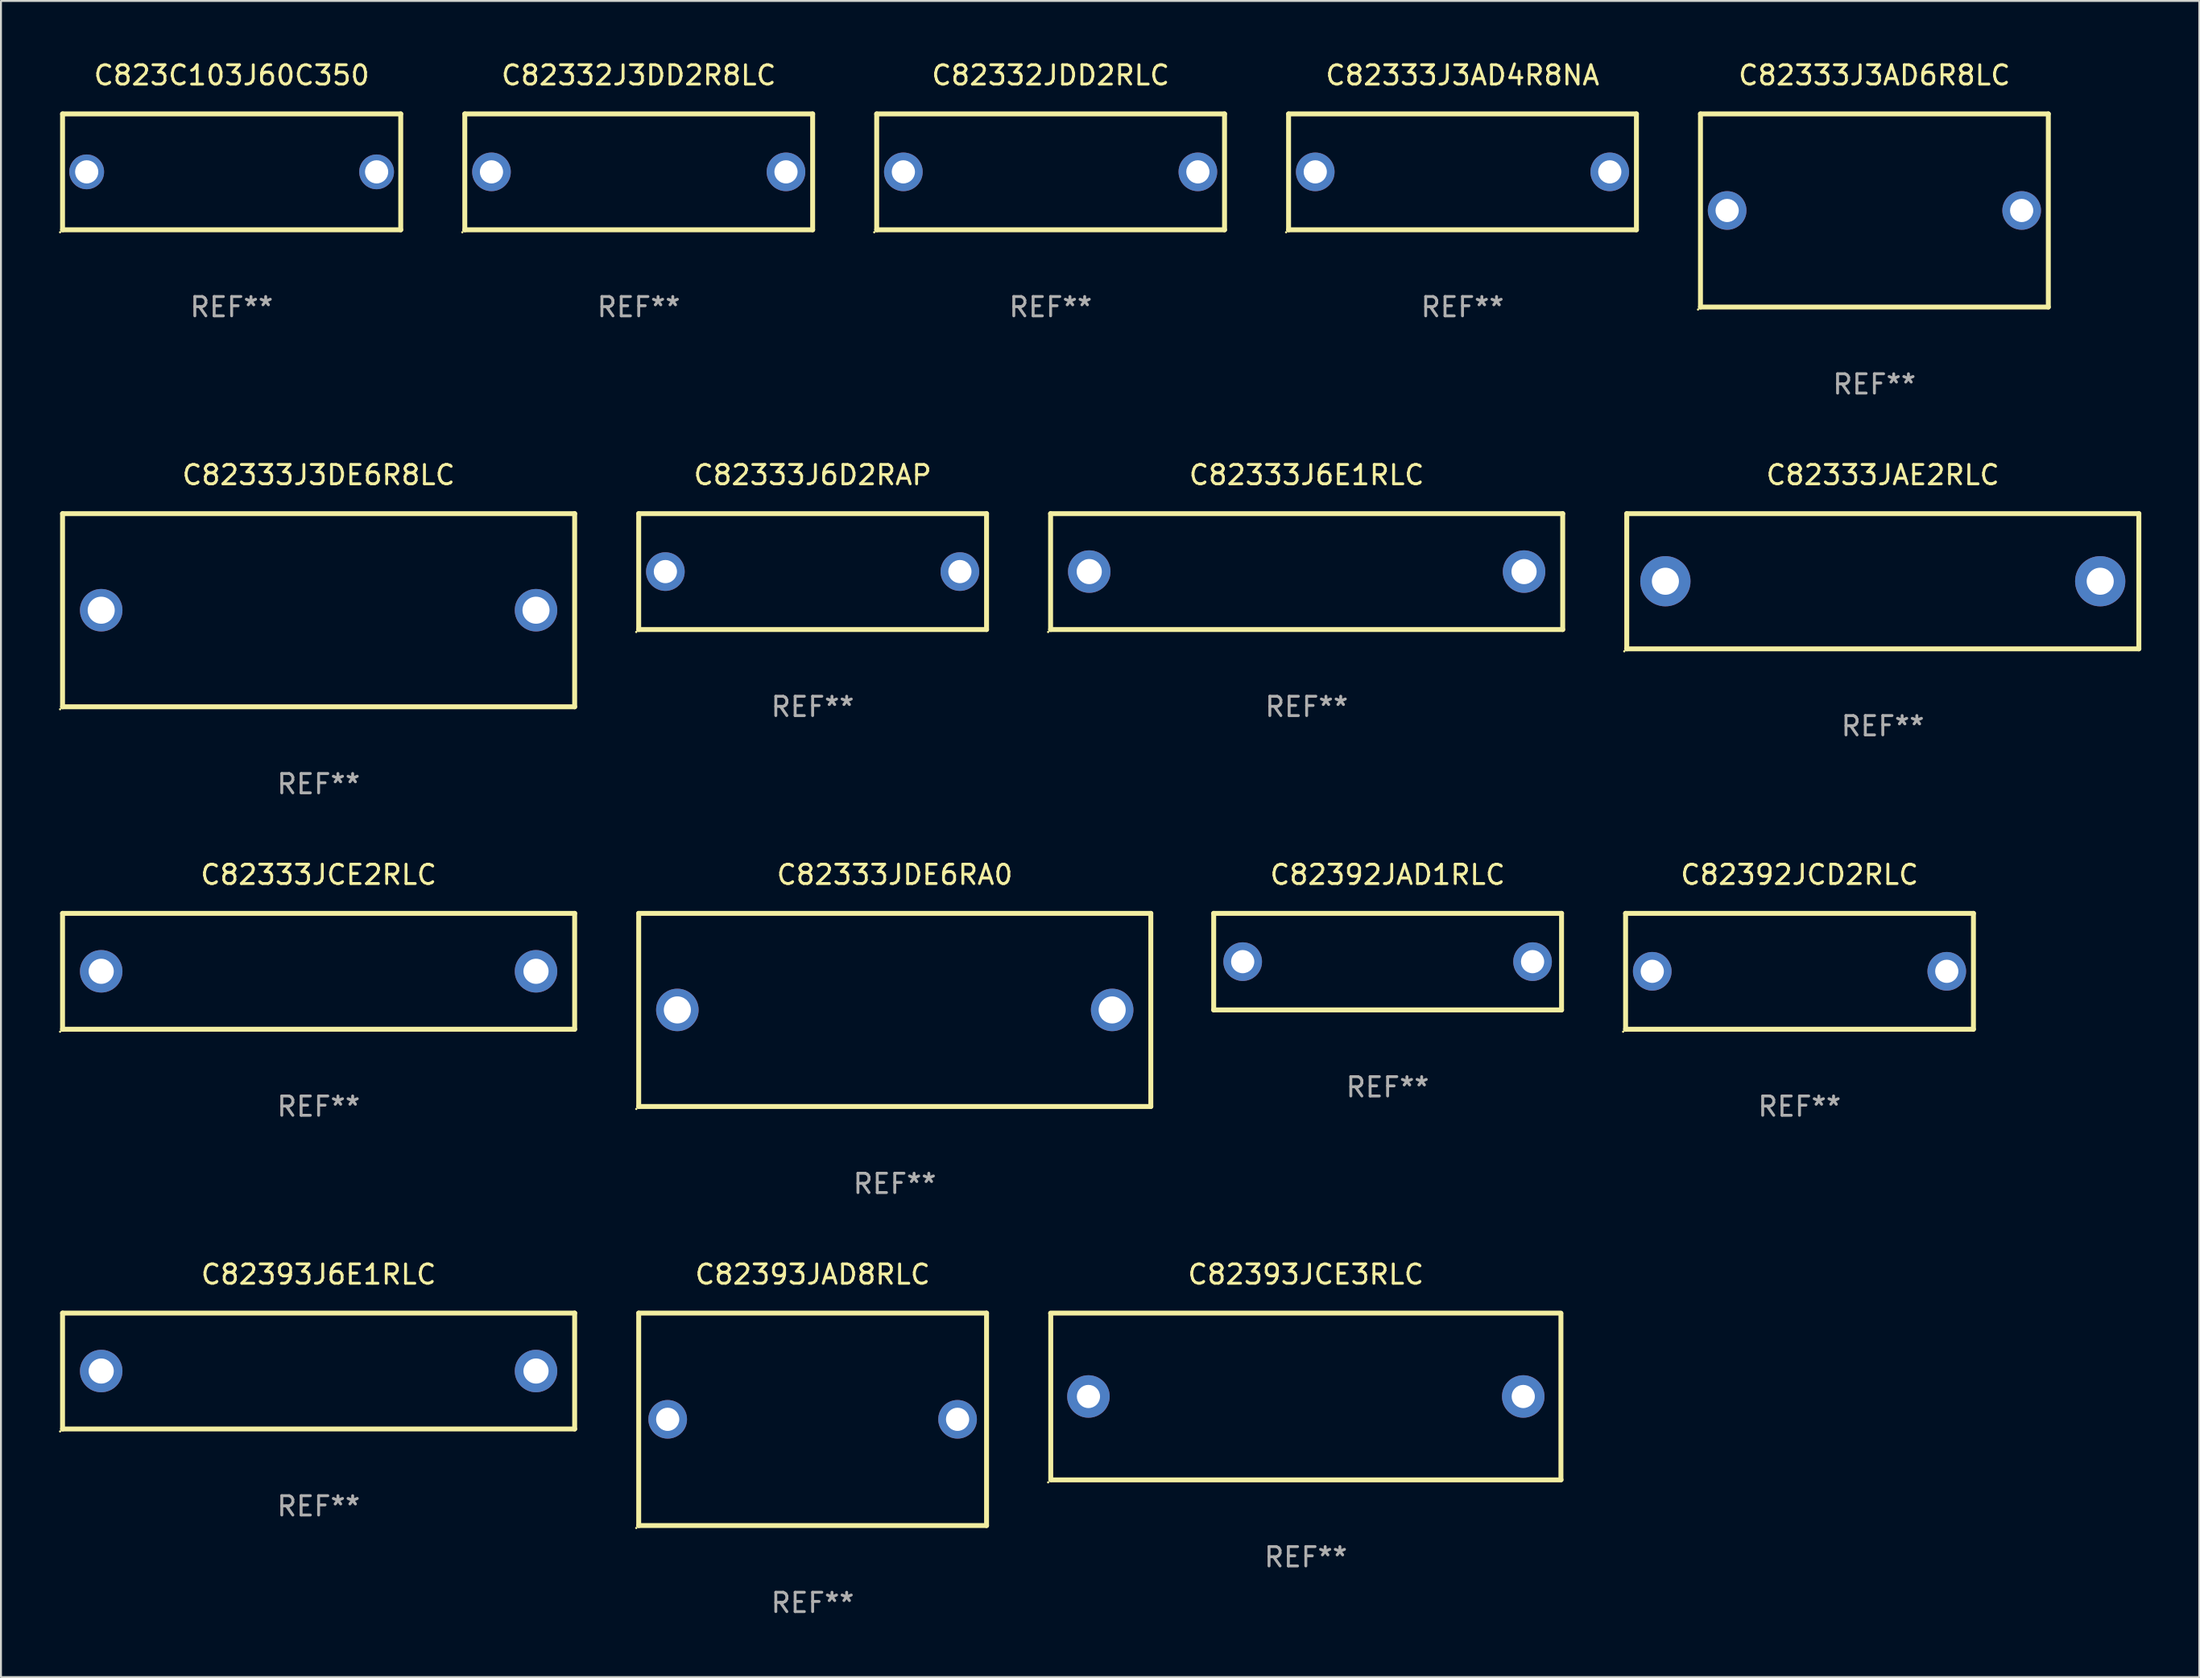
<source format=kicad_pcb>
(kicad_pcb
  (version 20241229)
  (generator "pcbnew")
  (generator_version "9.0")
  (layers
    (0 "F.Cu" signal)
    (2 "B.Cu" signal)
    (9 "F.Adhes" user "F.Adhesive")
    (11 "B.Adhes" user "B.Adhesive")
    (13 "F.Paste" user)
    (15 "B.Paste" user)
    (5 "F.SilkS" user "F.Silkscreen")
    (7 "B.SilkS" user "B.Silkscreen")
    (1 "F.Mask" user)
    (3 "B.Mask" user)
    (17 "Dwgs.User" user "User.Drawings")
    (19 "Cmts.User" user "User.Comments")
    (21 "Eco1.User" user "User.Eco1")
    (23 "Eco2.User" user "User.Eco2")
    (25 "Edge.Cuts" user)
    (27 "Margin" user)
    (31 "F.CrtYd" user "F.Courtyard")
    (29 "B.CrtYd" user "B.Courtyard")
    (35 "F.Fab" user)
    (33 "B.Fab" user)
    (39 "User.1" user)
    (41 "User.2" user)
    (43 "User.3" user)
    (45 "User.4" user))
  (footprint "C82333J3AD4R8NA"
    (layer "F.Cu")
    (at 72.63 5.848)
    (property "Reference" "C82333J3AD4R8NA" (at 0 -5 0) (layer "F.SilkS") (effects (font (size 1 1) (thickness 0.15))))
    (attr through_hole)
    (fp_line (start -9 -3) (end 9 -3) (stroke (width 0.254) (type solid)) (layer "F.SilkS"))
    (fp_line (start -9 3) (end -9 -3) (stroke (width 0.254) (type solid)) (layer "F.SilkS"))
    (fp_line (start 9 -3) (end 9 3) (stroke (width 0.254) (type solid)) (layer "F.SilkS"))
    (fp_line (start 9 3) (end -9 3) (stroke (width 0.254) (type solid)) (layer "F.SilkS"))
    (fp_circle (center -9.127 3.127) (end -9.097 3.127) (stroke (width 0.06) (type solid)) (fill no) (layer "F.SilkS"))
    (fp_text user "REF**" (at 0 7 0) (layer "F.Fab") (effects (font (size 1 1) (thickness 0.15))))
    (pad "1" thru_hole circle (at -7.62 0) (size 2 2) (drill 1.2) (layers "*.Cu" "*.Mask"))
    (pad "2" thru_hole circle (at 7.62 0) (size 2 2) (drill 1.2) (layers "*.Cu" "*.Mask")))
  (footprint "C82392JAD1RLC"
    (layer "F.Cu")
    (at 68.755 46.741)
    (property "Reference" "C82392JAD1RLC" (at 0 -4.5 0) (layer "F.SilkS") (effects (font (size 1 1) (thickness 0.15))))
    (attr through_hole)
    (fp_line (start -9 -2.5) (end 9 -2.5) (stroke (width 0.254) (type solid)) (layer "F.SilkS"))
    (fp_line (start -9 2.5) (end -9 -2.5) (stroke (width 0.254) (type solid)) (layer "F.SilkS"))
    (fp_line (start 9 -2.5) (end 9 2.5) (stroke (width 0.254) (type solid)) (layer "F.SilkS"))
    (fp_line (start 9 2.5) (end -9 2.5) (stroke (width 0.254) (type solid)) (layer "F.SilkS"))
    (fp_circle (center -9 2.5) (end -8.97 2.5) (stroke (width 0.06) (type solid)) (fill no) (layer "F.SilkS"))
    (fp_text user "REF**" (at 0 6.5 0) (layer "F.Fab") (effects (font (size 1 1) (thickness 0.15))))
    (pad "1" thru_hole circle (at -7.5 -0.000127) (size 2 2) (drill 1.2) (layers "*.Cu" "*.Mask"))
    (pad "2" thru_hole circle (at 7.5 -0.000127) (size 2 2) (drill 1.2) (layers "*.Cu" "*.Mask")))
  (footprint "C82393JAD8RLC"
    (layer "F.Cu")
    (at 39.001 70.438)
    (property "Reference" "C82393JAD8RLC" (at 0 -7.5 0) (layer "F.SilkS") (effects (font (size 1 1) (thickness 0.15))))
    (attr through_hole)
    (fp_line (start -9 -5.5) (end 9 -5.5) (stroke (width 0.254) (type solid)) (layer "F.SilkS"))
    (fp_line (start -9 5.5) (end -9 -5.5) (stroke (width 0.254) (type solid)) (layer "F.SilkS"))
    (fp_line (start 9 -5.5) (end 9 5.5) (stroke (width 0.254) (type solid)) (layer "F.SilkS"))
    (fp_line (start 9 5.5) (end -9 5.5) (stroke (width 0.254) (type solid)) (layer "F.SilkS"))
    (fp_circle (center -9.127 5.627) (end -9.097 5.627) (stroke (width 0.06) (type solid)) (fill no) (layer "F.SilkS"))
    (fp_text user "REF**" (at 0 9.5 0) (layer "F.Fab") (effects (font (size 1 1) (thickness 0.15))))
    (pad "1" thru_hole circle (at -7.5 0) (size 2 2) (drill 1.2) (layers "*.Cu" "*.Mask"))
    (pad "2" thru_hole circle (at 7.5 0) (size 2 2) (drill 1.2) (layers "*.Cu" "*.Mask")))
  (footprint "C82332J3DD2R8LC"
    (layer "F.Cu")
    (at 30.002 5.848)
    (property "Reference" "C82332J3DD2R8LC" (at 0 -5 0) (layer "F.SilkS") (effects (font (size 1 1) (thickness 0.15))))
    (attr through_hole)
    (fp_line (start -9 -3) (end 9 -3) (stroke (width 0.254) (type solid)) (layer "F.SilkS"))
    (fp_line (start -9 3) (end -9 -3) (stroke (width 0.254) (type solid)) (layer "F.SilkS"))
    (fp_line (start 9 -3) (end 9 3) (stroke (width 0.254) (type solid)) (layer "F.SilkS"))
    (fp_line (start 9 3) (end -9 3) (stroke (width 0.254) (type solid)) (layer "F.SilkS"))
    (fp_circle (center -9.127 3.127) (end -9.097 3.127) (stroke (width 0.06) (type solid)) (fill no) (layer "F.SilkS"))
    (fp_text user "REF**" (at 0 7 0) (layer "F.Fab") (effects (font (size 1 1) (thickness 0.15))))
    (pad "1" thru_hole circle (at -7.62 0) (size 2 2) (drill 1.2) (layers "*.Cu" "*.Mask"))
    (pad "2" thru_hole circle (at 7.62 0) (size 2 2) (drill 1.2) (layers "*.Cu" "*.Mask")))
  (footprint "C82332JDD2RLC"
    (layer "F.Cu")
    (at 51.316 5.848)
    (property "Reference" "C82332JDD2RLC" (at 0 -5 0) (layer "F.SilkS") (effects (font (size 1 1) (thickness 0.15))))
    (attr through_hole)
    (fp_line (start -9 -3) (end 9 -3) (stroke (width 0.254) (type solid)) (layer "F.SilkS"))
    (fp_line (start -9 3) (end -9 -3) (stroke (width 0.254) (type solid)) (layer "F.SilkS"))
    (fp_line (start 9 -3) (end 9 3) (stroke (width 0.254) (type solid)) (layer "F.SilkS"))
    (fp_line (start 9 3) (end -9 3) (stroke (width 0.254) (type solid)) (layer "F.SilkS"))
    (fp_circle (center -9.127 3.127) (end -9.097 3.127) (stroke (width 0.06) (type solid)) (fill no) (layer "F.SilkS"))
    (fp_text user "REF**" (at 0 7 0) (layer "F.Fab") (effects (font (size 1 1) (thickness 0.15))))
    (pad "1" thru_hole circle (at -7.62 0) (size 2 2) (drill 1.2) (layers "*.Cu" "*.Mask"))
    (pad "2" thru_hole circle (at 7.62 0) (size 2 2) (drill 1.2) (layers "*.Cu" "*.Mask")))
  (footprint "C82333JAE2RLC"
    (layer "F.Cu")
    (at 94.379 27.045)
    (property "Reference" "C82333JAE2RLC" (at 0 -5.5 0) (layer "F.SilkS") (effects (font (size 1 1) (thickness 0.15))))
    (attr through_hole)
    (fp_line (start -13.25 -3.5) (end 13.25 -3.5) (stroke (width 0.254) (type solid)) (layer "F.SilkS"))
    (fp_line (start -13.25 3.5) (end -13.25 -3.5) (stroke (width 0.254) (type solid)) (layer "F.SilkS"))
    (fp_line (start 13.25 -3.5) (end 13.25 3.5) (stroke (width 0.254) (type solid)) (layer "F.SilkS"))
    (fp_line (start 13.25 3.5) (end -13.25 3.5) (stroke (width 0.254) (type solid)) (layer "F.SilkS"))
    (fp_circle (center -13.377 3.627) (end -13.347 3.627) (stroke (width 0.06) (type solid)) (fill no) (layer "F.SilkS"))
    (fp_text user "REF**" (at 0 7.5 0) (layer "F.Fab") (effects (font (size 1 1) (thickness 0.15))))
    (pad "1" thru_hole circle (at -11.25 0) (size 2.6 2.6) (drill 1.4) (layers "*.Cu" "*.Mask"))
    (pad "2" thru_hole circle (at 11.25 0) (size 2.6 2.6) (drill 1.4) (layers "*.Cu" "*.Mask")))
  (footprint "C823C103J60C350"
    (layer "F.Cu")
    (at 8.937 5.848)
    (property "Reference" "C823C103J60C350" (at 0 -5 0) (layer "F.SilkS") (effects (font (size 1 1) (thickness 0.15))))
    (attr through_hole)
    (fp_line (start -8.75 -3) (end 8.75 -3) (stroke (width 0.254) (type solid)) (layer "F.SilkS"))
    (fp_line (start -8.75 3) (end -8.75 -3) (stroke (width 0.254) (type solid)) (layer "F.SilkS"))
    (fp_line (start 8.75 -3) (end 8.75 3) (stroke (width 0.254) (type solid)) (layer "F.SilkS"))
    (fp_line (start 8.75 3) (end -8.75 3) (stroke (width 0.254) (type solid)) (layer "F.SilkS"))
    (fp_circle (center -8.877 3.127) (end -8.847 3.127) (stroke (width 0.06) (type solid)) (fill no) (layer "F.SilkS"))
    (fp_text user "REF**" (at 0 7 0) (layer "F.Fab") (effects (font (size 1 1) (thickness 0.15))))
    (pad "1" thru_hole circle (at -7.501 0) (size 1.8 1.8) (drill 1.2) (layers "*.Cu" "*.Mask"))
    (pad "2" thru_hole circle (at 7.501 0) (size 1.8 1.8) (drill 1.2) (layers "*.Cu" "*.Mask")))
  (footprint "C82393JCE3RLC"
    (layer "F.Cu")
    (at 64.523 69.256)
    (property "Reference" "C82393JCE3RLC" (at 0 -6.318 0) (layer "F.SilkS") (effects (font (size 1 1) (thickness 0.15))))
    (attr through_hole)
    (fp_line (start -13.208 -4.318) (end 13.193 -4.318) (stroke (width 0.254) (type solid)) (layer "F.SilkS"))
    (fp_line (start -13.2 4.3) (end -13.2 -4.3) (stroke (width 0.254) (type solid)) (layer "F.SilkS"))
    (fp_line (start 13.2 -4.3) (end 13.2 4.3) (stroke (width 0.254) (type solid)) (layer "F.SilkS"))
    (fp_line (start 13.208 4.318) (end -13.193 4.318) (stroke (width 0.254) (type solid)) (layer "F.SilkS"))
    (fp_circle (center -13.335 4.445) (end -13.305 4.445) (stroke (width 0.06) (type solid)) (fill no) (layer "F.SilkS"))
    (fp_text user "REF**" (at 0 8.318 0) (layer "F.Fab") (effects (font (size 1 1) (thickness 0.15))))
    (pad "1" thru_hole circle (at -11.25 0) (size 2.2 2.2) (drill 1.2) (layers "*.Cu" "*.Mask"))
    (pad "2" thru_hole circle (at 11.25 0) (size 2.2 2.2) (drill 1.2) (layers "*.Cu" "*.Mask")))
  (footprint "C82333J6D2RAP"
    (layer "F.Cu")
    (at 39.001 26.545)
    (property "Reference" "C82333J6D2RAP" (at 0 -5 0) (layer "F.SilkS") (effects (font (size 1 1) (thickness 0.15))))
    (attr through_hole)
    (fp_line (start -9 -3) (end 9 -3) (stroke (width 0.254) (type solid)) (layer "F.SilkS"))
    (fp_line (start -9 3) (end -9 -3) (stroke (width 0.254) (type solid)) (layer "F.SilkS"))
    (fp_line (start 9 -3) (end 9 3) (stroke (width 0.254) (type solid)) (layer "F.SilkS"))
    (fp_line (start 9 3) (end -9 3) (stroke (width 0.254) (type solid)) (layer "F.SilkS"))
    (fp_circle (center -9.127 3.127) (end -9.097 3.127) (stroke (width 0.06) (type solid)) (fill no) (layer "F.SilkS"))
    (fp_text user "REF**" (at 0 7 0) (layer "F.Fab") (effects (font (size 1 1) (thickness 0.15))))
    (pad "1" thru_hole circle (at -7.62 0) (size 2 2) (drill 1.2) (layers "*.Cu" "*.Mask"))
    (pad "2" thru_hole circle (at 7.62 0) (size 2 2) (drill 1.2) (layers "*.Cu" "*.Mask")))
  (footprint "C82333J3DE6R8LC"
    (layer "F.Cu")
    (at 13.437 28.545)
    (property "Reference" "C82333J3DE6R8LC" (at 0 -7 0) (layer "F.SilkS") (effects (font (size 1 1) (thickness 0.15))))
    (attr through_hole)
    (fp_line (start -13.25 -5) (end 13.25 -5) (stroke (width 0.254) (type solid)) (layer "F.SilkS"))
    (fp_line (start -13.25 5) (end -13.25 -5) (stroke (width 0.254) (type solid)) (layer "F.SilkS"))
    (fp_line (start 13.25 -5) (end 13.25 5) (stroke (width 0.254) (type solid)) (layer "F.SilkS"))
    (fp_line (start 13.25 5) (end -13.25 5) (stroke (width 0.254) (type solid)) (layer "F.SilkS"))
    (fp_circle (center -13.377 5.127) (end -13.347 5.127) (stroke (width 0.06) (type solid)) (fill no) (layer "F.SilkS"))
    (fp_text user "REF**" (at 0 9 0) (layer "F.Fab") (effects (font (size 1 1) (thickness 0.15))))
    (pad "1" thru_hole circle (at -11.25 0) (size 2.2 2.2) (drill 1.4) (layers "*.Cu" "*.Mask"))
    (pad "2" thru_hole circle (at 11.25 0) (size 2.2 2.2) (drill 1.4) (layers "*.Cu" "*.Mask")))
  (footprint "C82393J6E1RLC"
    (layer "F.Cu")
    (at 13.437 67.938)
    (property "Reference" "C82393J6E1RLC" (at 0 -5 0) (layer "F.SilkS") (effects (font (size 1 1) (thickness 0.15))))
    (attr through_hole)
    (fp_line (start -13.25 -3) (end 13.25 -3) (stroke (width 0.254) (type solid)) (layer "F.SilkS"))
    (fp_line (start -13.25 3) (end -13.25 -3) (stroke (width 0.254) (type solid)) (layer "F.SilkS"))
    (fp_line (start 13.25 -3) (end 13.25 3) (stroke (width 0.254) (type solid)) (layer "F.SilkS"))
    (fp_line (start 13.25 3) (end -13.25 3) (stroke (width 0.254) (type solid)) (layer "F.SilkS"))
    (fp_circle (center -13.377 3.127) (end -13.347 3.127) (stroke (width 0.06) (type solid)) (fill no) (layer "F.SilkS"))
    (fp_text user "REF**" (at 0 7 0) (layer "F.Fab") (effects (font (size 1 1) (thickness 0.15))))
    (pad "1" thru_hole circle (at -11.25 0) (size 2.2 2.2) (drill 1.3) (layers "*.Cu" "*.Mask"))
    (pad "2" thru_hole circle (at 11.25 0) (size 2.2 2.2) (drill 1.3) (layers "*.Cu" "*.Mask")))
  (footprint "C82333J3AD6R8LC"
    (layer "F.Cu")
    (at 93.944 7.848)
    (property "Reference" "C82333J3AD6R8LC" (at 0 -7 0) (layer "F.SilkS") (effects (font (size 1 1) (thickness 0.15))))
    (attr through_hole)
    (fp_line (start -9 -5) (end 9 -5) (stroke (width 0.254) (type solid)) (layer "F.SilkS"))
    (fp_line (start -9 5) (end -9 -5) (stroke (width 0.254) (type solid)) (layer "F.SilkS"))
    (fp_line (start 9 -5) (end 9 5) (stroke (width 0.254) (type solid)) (layer "F.SilkS"))
    (fp_line (start 9 5) (end -9 5) (stroke (width 0.254) (type solid)) (layer "F.SilkS"))
    (fp_circle (center -9.127 5.127) (end -9.097 5.127) (stroke (width 0.06) (type solid)) (fill no) (layer "F.SilkS"))
    (fp_text user "REF**" (at 0 9 0) (layer "F.Fab") (effects (font (size 1 1) (thickness 0.15))))
    (pad "1" thru_hole circle (at -7.62 0) (size 2 2) (drill 1.2) (layers "*.Cu" "*.Mask"))
    (pad "2" thru_hole circle (at 7.62 0) (size 2 2) (drill 1.2) (layers "*.Cu" "*.Mask")))
  (footprint "C82392JCD2RLC"
    (layer "F.Cu")
    (at 90.069 47.241)
    (property "Reference" "C82392JCD2RLC" (at 0 -5 0) (layer "F.SilkS") (effects (font (size 1 1) (thickness 0.15))))
    (attr through_hole)
    (fp_line (start -9 -3) (end 9 -3) (stroke (width 0.254) (type solid)) (layer "F.SilkS"))
    (fp_line (start -9 3) (end -9 -3) (stroke (width 0.254) (type solid)) (layer "F.SilkS"))
    (fp_line (start 9 -3) (end 9 3) (stroke (width 0.254) (type solid)) (layer "F.SilkS"))
    (fp_line (start 9 3) (end -9 3) (stroke (width 0.254) (type solid)) (layer "F.SilkS"))
    (fp_circle (center -9.127 3.127) (end -9.097 3.127) (stroke (width 0.06) (type solid)) (fill no) (layer "F.SilkS"))
    (fp_text user "REF**" (at 0 7 0) (layer "F.Fab") (effects (font (size 1 1) (thickness 0.15))))
    (pad "1" thru_hole circle (at -7.62 0) (size 2 2) (drill 1.2) (layers "*.Cu" "*.Mask"))
    (pad "2" thru_hole circle (at 7.62 0) (size 2 2) (drill 1.2) (layers "*.Cu" "*.Mask")))
  (footprint "C82333JDE6RA0"
    (layer "F.Cu")
    (at 43.251 49.241)
    (property "Reference" "C82333JDE6RA0" (at 0 -7 0) (layer "F.SilkS") (effects (font (size 1 1) (thickness 0.15))))
    (attr through_hole)
    (fp_line (start -13.25 -5) (end 13.25 -5) (stroke (width 0.254) (type solid)) (layer "F.SilkS"))
    (fp_line (start -13.25 5) (end -13.25 -5) (stroke (width 0.254) (type solid)) (layer "F.SilkS"))
    (fp_line (start 13.25 -5) (end 13.25 5) (stroke (width 0.254) (type solid)) (layer "F.SilkS"))
    (fp_line (start 13.25 5) (end -13.25 5) (stroke (width 0.254) (type solid)) (layer "F.SilkS"))
    (fp_circle (center -13.377 5.127) (end -13.347 5.127) (stroke (width 0.06) (type solid)) (fill no) (layer "F.SilkS"))
    (fp_text user "REF**" (at 0 9 0) (layer "F.Fab") (effects (font (size 1 1) (thickness 0.15))))
    (pad "1" thru_hole circle (at -11.25 0) (size 2.2 2.2) (drill 1.4) (layers "*.Cu" "*.Mask"))
    (pad "2" thru_hole circle (at 11.25 0) (size 2.2 2.2) (drill 1.4) (layers "*.Cu" "*.Mask")))
  (footprint "C82333J6E1RLC"
    (layer "F.Cu")
    (at 64.565 26.545)
    (property "Reference" "C82333J6E1RLC" (at 0 -5 0) (layer "F.SilkS") (effects (font (size 1 1) (thickness 0.15))))
    (attr through_hole)
    (fp_line (start -13.25 -3) (end 13.25 -3) (stroke (width 0.254) (type solid)) (layer "F.SilkS"))
    (fp_line (start -13.25 3) (end -13.25 -3) (stroke (width 0.254) (type solid)) (layer "F.SilkS"))
    (fp_line (start 13.25 -3) (end 13.25 3) (stroke (width 0.254) (type solid)) (layer "F.SilkS"))
    (fp_line (start 13.25 3) (end -13.25 3) (stroke (width 0.254) (type solid)) (layer "F.SilkS"))
    (fp_circle (center -13.377 3.127) (end -13.347 3.127) (stroke (width 0.06) (type solid)) (fill no) (layer "F.SilkS"))
    (fp_text user "REF**" (at 0 7 0) (layer "F.Fab") (effects (font (size 1 1) (thickness 0.15))))
    (pad "1" thru_hole circle (at -11.25 0) (size 2.2 2.2) (drill 1.3) (layers "*.Cu" "*.Mask"))
    (pad "2" thru_hole circle (at 11.25 0) (size 2.2 2.2) (drill 1.3) (layers "*.Cu" "*.Mask")))
  (footprint "C82333JCE2RLC"
    (layer "F.Cu")
    (at 13.437 47.241)
    (property "Reference" "C82333JCE2RLC" (at 0 -5 0) (layer "F.SilkS") (effects (font (size 1 1) (thickness 0.15))))
    (attr through_hole)
    (fp_line (start -13.25 -3) (end 13.25 -3) (stroke (width 0.254) (type solid)) (layer "F.SilkS"))
    (fp_line (start -13.25 3) (end -13.25 -3) (stroke (width 0.254) (type solid)) (layer "F.SilkS"))
    (fp_line (start 13.25 -3) (end 13.25 3) (stroke (width 0.254) (type solid)) (layer "F.SilkS"))
    (fp_line (start 13.25 3) (end -13.25 3) (stroke (width 0.254) (type solid)) (layer "F.SilkS"))
    (fp_circle (center -13.377 3.127) (end -13.347 3.127) (stroke (width 0.06) (type solid)) (fill no) (layer "F.SilkS"))
    (fp_text user "REF**" (at 0 7 0) (layer "F.Fab") (effects (font (size 1 1) (thickness 0.15))))
    (pad "1" thru_hole circle (at -11.25 0) (size 2.2 2.2) (drill 1.3) (layers "*.Cu" "*.Mask"))
    (pad "2" thru_hole circle (at 11.25 0) (size 2.2 2.2) (drill 1.3) (layers "*.Cu" "*.Mask")))
  (gr_rect
    (start -3 -3)
    (end 110.756 83.786)
    (stroke (width 0.1) (type default))
    (fill no)
    (layer "Edge.Cuts")))
</source>
